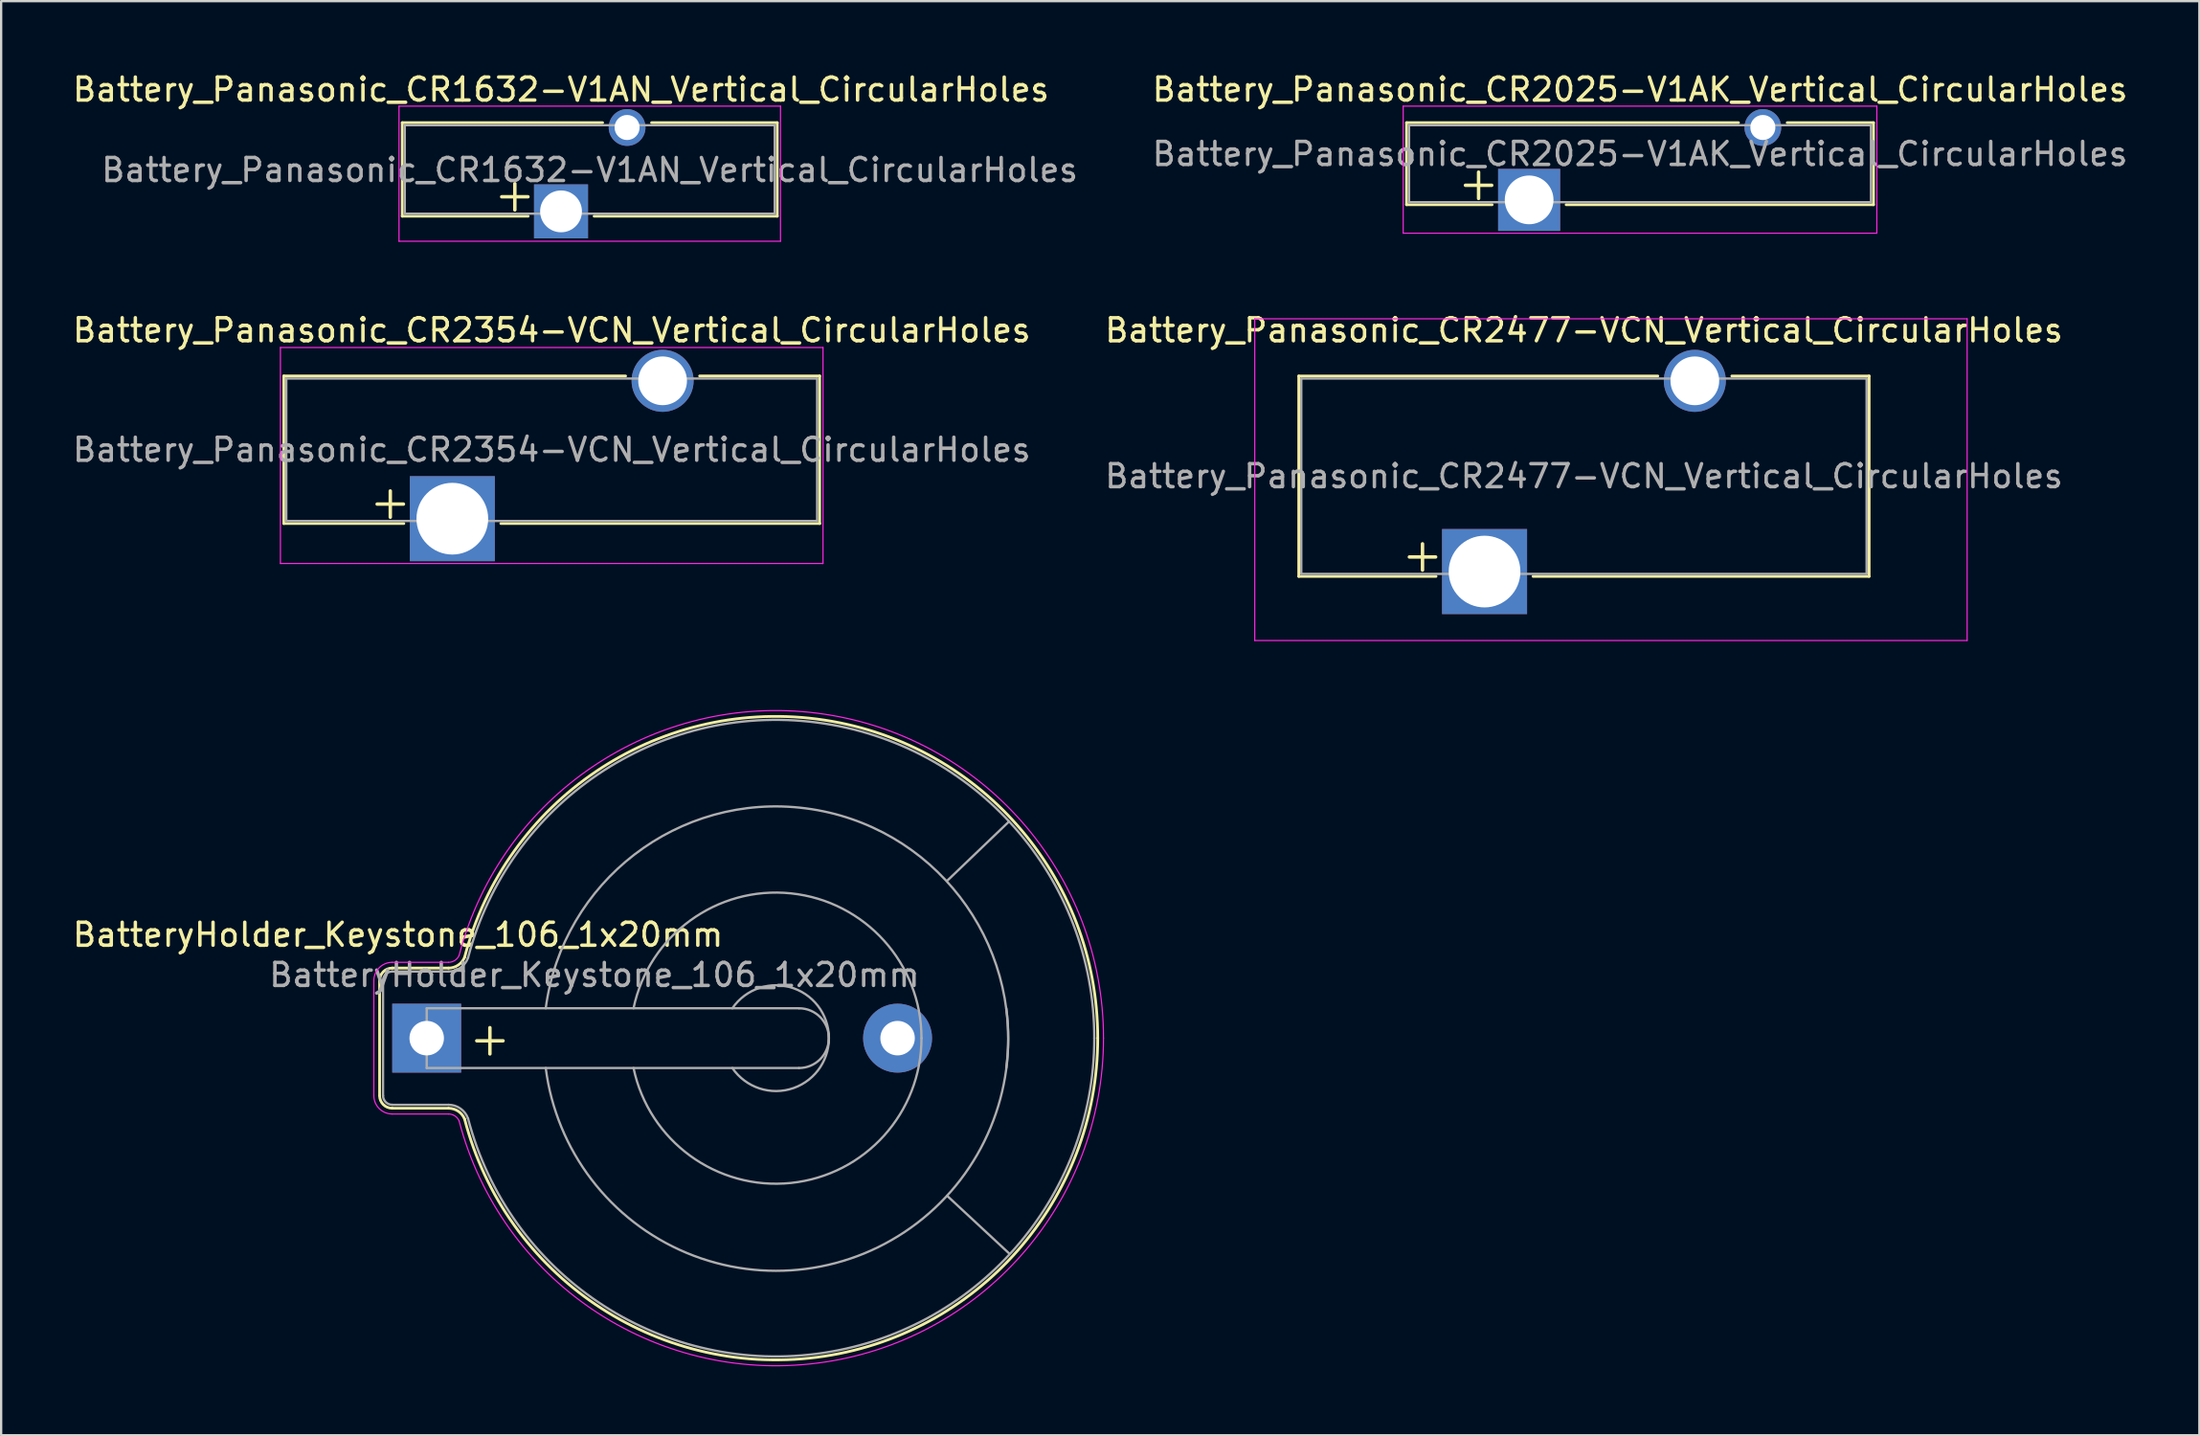
<source format=kicad_pcb>
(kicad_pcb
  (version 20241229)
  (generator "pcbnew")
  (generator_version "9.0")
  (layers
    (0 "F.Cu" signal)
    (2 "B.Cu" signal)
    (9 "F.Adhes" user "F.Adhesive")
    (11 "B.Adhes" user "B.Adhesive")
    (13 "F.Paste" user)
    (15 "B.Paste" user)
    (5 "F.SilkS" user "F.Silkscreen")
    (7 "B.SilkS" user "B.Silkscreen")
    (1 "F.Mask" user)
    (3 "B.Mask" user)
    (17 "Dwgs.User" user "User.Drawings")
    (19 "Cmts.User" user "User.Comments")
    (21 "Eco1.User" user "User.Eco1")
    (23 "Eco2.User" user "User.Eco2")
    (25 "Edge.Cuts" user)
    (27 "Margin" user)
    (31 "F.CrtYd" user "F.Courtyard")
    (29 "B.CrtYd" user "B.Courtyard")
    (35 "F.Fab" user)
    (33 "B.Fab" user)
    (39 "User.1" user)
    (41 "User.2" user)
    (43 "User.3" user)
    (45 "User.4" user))
  (footprint "Battery_Panasonic_CR2477-VCN_Vertical_CircularHoles"
    (layer "F.Cu")
    (at 61.55 21.822)
    (property "Reference" "Battery_Panasonic_CR2477-VCN_Vertical_CircularHoles" (at 4.325 -10.5 0) (layer "F.SilkS") (effects (font (size 1 1) (thickness 0.15))))
    (attr through_hole)
    (fp_line (start -8.085 -8.51) (end -8.085 0.21) (stroke (width 0.12) (type solid)) (layer "F.SilkS"))
    (fp_line (start -8.085 -8.51) (end 7.54 -8.51) (stroke (width 0.12) (type solid)) (layer "F.SilkS"))
    (fp_line (start -8.085 0.21) (end -2.11 0.21) (stroke (width 0.12) (type solid)) (layer "F.SilkS"))
    (fp_line (start 2.11 0.21) (end 16.735 0.21) (stroke (width 0.12) (type solid)) (layer "F.SilkS"))
    (fp_line (start 10.76 -8.51) (end 16.735 -8.51) (stroke (width 0.12) (type solid)) (layer "F.SilkS"))
    (fp_line (start 16.735 -8.51) (end 16.735 0.21) (stroke (width 0.12) (type solid)) (layer "F.SilkS"))
    (fp_line (start -10 -11) (end 21 -11) (stroke (width 0.05) (type solid)) (layer "F.CrtYd"))
    (fp_line (start -10 3) (end -10 -11) (stroke (width 0.05) (type solid)) (layer "F.CrtYd"))
    (fp_line (start 21 -11) (end 21 3) (stroke (width 0.05) (type solid)) (layer "F.CrtYd"))
    (fp_line (start 21 3) (end -10 3) (stroke (width 0.05) (type solid)) (layer "F.CrtYd"))
    (fp_line (start -7.975 -8.4) (end -7.975 0.1) (stroke (width 0.1) (type solid)) (layer "F.Fab"))
    (fp_line (start -7.975 -8.4) (end 16.625 -8.4) (stroke (width 0.1) (type solid)) (layer "F.Fab"))
    (fp_line (start -7.975 0.1) (end 16.625 0.1) (stroke (width 0.1) (type solid)) (layer "F.Fab"))
    (fp_line (start 16.625 -8.4) (end 16.625 0.1) (stroke (width 0.1) (type solid)) (layer "F.Fab"))
    (fp_text user "+" (at -2.7 -0.75 0) (layer "F.SilkS") (effects (font (size 1.5 1.5) (thickness 0.15))))
    (fp_text user "${REFERENCE}" (at 4.325 -4.15 180) (layer "F.Fab") (effects (font (size 1 1) (thickness 0.15))))
    (pad "1" thru_hole rect (at 0 0) (size 3.7 3.7) (drill 3.12) (layers "*.Cu" "*.Mask"))
    (pad "2" thru_hole circle (at 9.15 -8.3) (size 2.7 2.7) (drill 2.12) (layers "*.Cu" "*.Mask")))
  (footprint "Battery_Panasonic_CR1632-V1AN_Vertical_CircularHoles"
    (layer "F.Cu")
    (at 21.363 6.148)
    (property "Reference" "Battery_Panasonic_CR1632-V1AN_Vertical_CircularHoles" (at 0 -5.3 0) (layer "F.SilkS") (effects (font (size 1 1) (thickness 0.15))))
    (attr through_hole)
    (fp_line (start -6.91 -3.86) (end 1.81 -3.86) (stroke (width 0.12) (type solid)) (layer "F.SilkS"))
    (fp_line (start -6.91 0.21) (end -6.91 -3.86) (stroke (width 0.12) (type solid)) (layer "F.SilkS"))
    (fp_line (start -6.91 0.21) (end -1.43 0.21) (stroke (width 0.12) (type solid)) (layer "F.SilkS"))
    (fp_line (start 1.44 0.21) (end 9.41 0.21) (stroke (width 0.12) (type solid)) (layer "F.SilkS"))
    (fp_line (start 3.94 -3.86) (end 9.41 -3.86) (stroke (width 0.12) (type solid)) (layer "F.SilkS"))
    (fp_line (start 9.41 0.21) (end 9.41 -3.86) (stroke (width 0.12) (type solid)) (layer "F.SilkS"))
    (fp_line (start -7.05 -4.58) (end 9.55 -4.58) (stroke (width 0.05) (type solid)) (layer "F.CrtYd"))
    (fp_line (start -7.05 1.3) (end -7.05 -4.58) (stroke (width 0.05) (type solid)) (layer "F.CrtYd"))
    (fp_line (start -7.05 1.3) (end 9.55 1.3) (stroke (width 0.05) (type solid)) (layer "F.CrtYd"))
    (fp_line (start 9.55 1.3) (end 9.55 -4.58) (stroke (width 0.05) (type solid)) (layer "F.CrtYd"))
    (fp_line (start -6.8 -3.75) (end 9.3 -3.75) (stroke (width 0.1) (type solid)) (layer "F.Fab"))
    (fp_line (start -6.8 0.1) (end -6.8 -3.75) (stroke (width 0.1) (type solid)) (layer "F.Fab"))
    (fp_line (start -6.8 0.1) (end 9.3 0.1) (stroke (width 0.1) (type solid)) (layer "F.Fab"))
    (fp_line (start 9.3 0.1) (end 9.3 -3.75) (stroke (width 0.1) (type solid)) (layer "F.Fab"))
    (fp_text user "+" (at -2.01 -0.75 0) (layer "F.SilkS") (effects (font (size 1.5 1.5) (thickness 0.15))))
    (fp_text user "${REFERENCE}" (at 1.25 -1.8 180) (layer "F.Fab") (effects (font (size 1 1) (thickness 0.15))))
    (pad "1" thru_hole rect (at 0 0 90) (size 2.35 2.35) (drill 1.82) (layers "*.Cu" "*.Mask"))
    (pad "2" thru_hole circle (at 2.875 -3.65) (size 1.6 1.6) (drill 1.09) (layers "*.Cu" "*.Mask")))
  (footprint "BatteryHolder_Keystone_106_1x20mm"
    (layer "F.Cu")
    (at 15.518 42.126)
    (property "Reference" "BatteryHolder_Keystone_106_1x20mm" (at -1.25 -4.5 0) (layer "F.SilkS") (effects (font (size 1 1) (thickness 0.15))))
    (attr through_hole)
    (fp_line (start -2.05 -2.5) (end -2.05 2.5) (stroke (width 0.12) (type solid)) (layer "F.SilkS"))
    (fp_line (start -1.5 3.05) (end 0.95 3.05) (stroke (width 0.12) (type solid)) (layer "F.SilkS"))
    (fp_line (start 0.95 -3.05) (end -1.5 -3.05) (stroke (width 0.12) (type solid)) (layer "F.SilkS"))
    (fp_arc (start -2.05 -2.5) (mid -1.888909 -2.888909) (end -1.5 -3.05) (stroke (width 0.12) (type solid)) (layer "F.SilkS"))
    (fp_arc (start -1.5 3.05) (mid -1.888909 2.888909) (end -2.05 2.5) (stroke (width 0.12) (type solid)) (layer "F.SilkS"))
    (fp_arc (start 0.95 3.05) (mid 1.371574 3.1784) (end 1.65 3.52) (stroke (width 0.12) (type solid)) (layer "F.SilkS"))
    (fp_arc (start 1.65 -3.52) (mid 1.371575 -3.1784) (end 0.95 -3.05) (stroke (width 0.12) (type solid)) (layer "F.SilkS"))
    (fp_arc (start 1.65 -3.52) (mid 16.974433 -13.886953) (end 29.2 0) (stroke (width 0.12) (type solid)) (layer "F.SilkS"))
    (fp_arc (start 29.2 0) (mid 16.974433 13.886954) (end 1.65 3.52) (stroke (width 0.12) (type solid)) (layer "F.SilkS"))
    (fp_line (start -2.3 -2.5) (end -2.3 2.5) (stroke (width 0.05) (type solid)) (layer "F.CrtYd"))
    (fp_line (start -1.5 3.3) (end 0.95 3.3) (stroke (width 0.05) (type solid)) (layer "F.CrtYd"))
    (fp_line (start 0.95 -3.3) (end -1.5 -3.3) (stroke (width 0.05) (type solid)) (layer "F.CrtYd"))
    (fp_arc (start -2.3 -2.5) (mid -2.065685 -3.065685) (end -1.5 -3.3) (stroke (width 0.05) (type solid)) (layer "F.CrtYd"))
    (fp_arc (start -1.5 3.3) (mid -2.065685 3.065685) (end -2.3 2.5) (stroke (width 0.05) (type solid)) (layer "F.CrtYd"))
    (fp_arc (start 0.95 3.3) (mid 1.22459 3.381628) (end 1.41 3.6) (stroke (width 0.05) (type solid)) (layer "F.CrtYd"))
    (fp_arc (start 1.41 -3.6) (mid 1.224591 -3.381627) (end 0.95 -3.3) (stroke (width 0.05) (type solid)) (layer "F.CrtYd"))
    (fp_arc (start 1.41 -3.6) (mid 17.014123 -14.138563) (end 29.45 0) (stroke (width 0.05) (type solid)) (layer "F.CrtYd"))
    (fp_arc (start 29.45 0) (mid 17.014124 14.138563) (end 1.41 3.6) (stroke (width 0.05) (type solid)) (layer "F.CrtYd"))
    (fp_line (start -1.9 -2.5) (end -1.9 2.5) (stroke (width 0.1) (type solid)) (layer "F.Fab"))
    (fp_line (start -1.5 2.9) (end 0.95 2.9) (stroke (width 0.1) (type solid)) (layer "F.Fab"))
    (fp_line (start 0 -1.3) (end 0 1.3) (stroke (width 0.1) (type solid)) (layer "F.Fab"))
    (fp_line (start 0 1.3) (end 16.2 1.3) (stroke (width 0.1) (type solid)) (layer "F.Fab"))
    (fp_line (start 0.95 -2.9) (end -1.5 -2.9) (stroke (width 0.1) (type solid)) (layer "F.Fab"))
    (fp_line (start 16.2 -1.3) (end 0 -1.3) (stroke (width 0.1) (type solid)) (layer "F.Fab"))
    (fp_line (start 22.644 6.858) (end 25.35 9.373) (stroke (width 0.1) (type solid)) (layer "F.Fab"))
    (fp_line (start 22.657 -6.858) (end 25.342 -9.429) (stroke (width 0.1) (type solid)) (layer "F.Fab"))
    (fp_arc (start -1.9 -2.5) (mid -1.782843 -2.782843) (end -1.5 -2.9) (stroke (width 0.1) (type solid)) (layer "F.Fab"))
    (fp_arc (start -1.5 2.9) (mid -1.782843 2.782843) (end -1.9 2.5) (stroke (width 0.1) (type solid)) (layer "F.Fab"))
    (fp_arc (start 0.95 2.9) (mid 1.470216 3.06511) (end 1.8 3.5) (stroke (width 0.1) (type solid)) (layer "F.Fab"))
    (fp_arc (start 1.8 -3.5) (mid 1.470217 -3.06511) (end 0.95 -2.9) (stroke (width 0.1) (type solid)) (layer "F.Fab"))
    (fp_arc (start 1.8 -3.5) (mid 16.964356 -13.736686) (end 29.049508 0) (stroke (width 0.1) (type solid)) (layer "F.Fab"))
    (fp_arc (start 5.18 -1.3) (mid 16.5 -10.02) (end 25.22 1.3) (stroke (width 0.1) (type solid)) (layer "F.Fab"))
    (fp_arc (start 9 -1.3) (mid 15.851289 -6.300938) (end 21.53 0) (stroke (width 0.1) (type solid)) (layer "F.Fab"))
    (fp_arc (start 13.3 -1.3) (mid 15.963947 -2.171724) (end 17.495448 0.175833) (stroke (width 0.1) (type solid)) (layer "F.Fab"))
    (fp_arc (start 16.2 -1.3) (mid 17.5 0) (end 16.2 1.3) (stroke (width 0.1) (type solid)) (layer "F.Fab"))
    (fp_arc (start 17.495448 -0.175833) (mid 15.963947 2.171724) (end 13.3 1.3) (stroke (width 0.1) (type solid)) (layer "F.Fab"))
    (fp_arc (start 21.53 0) (mid 15.851292 6.300937) (end 9 1.3) (stroke (width 0.1) (type solid)) (layer "F.Fab"))
    (fp_arc (start 25.22 -1.3) (mid 16.5 10.02) (end 5.18 1.3) (stroke (width 0.1) (type solid)) (layer "F.Fab"))
    (fp_arc (start 29.049508 0) (mid 16.964356 13.736685) (end 1.8 3.5) (stroke (width 0.1) (type solid)) (layer "F.Fab"))
    (fp_text user "+" (at 2.75 0 0) (layer "F.SilkS") (effects (font (size 1.5 1.5) (thickness 0.15))))
    (fp_text user "${REFERENCE}" (at 7.3 -2.75 0) (layer "F.Fab") (effects (font (size 1 1) (thickness 0.15))))
    (pad "1" thru_hole rect (at 0 0) (size 3 3) (drill 1.5) (layers "*.Cu" "*.Mask"))
    (pad "2" thru_hole circle (at 20.49 0) (size 3 3) (drill 1.5) (layers "*.Cu" "*.Mask")))
  (footprint "Battery_Panasonic_CR2025-V1AK_Vertical_CircularHoles"
    (layer "F.Cu")
    (at 63.49 5.648)
    (property "Reference" "Battery_Panasonic_CR2025-V1AK_Vertical_CircularHoles" (at 4.825 -4.8 0) (layer "F.SilkS") (effects (font (size 1 1) (thickness 0.15))))
    (attr through_hole)
    (fp_line (start -5.335 -3.36) (end -5.335 0.21) (stroke (width 0.12) (type solid)) (layer "F.SilkS"))
    (fp_line (start -5.335 -3.36) (end 9.11 -3.36) (stroke (width 0.12) (type solid)) (layer "F.SilkS"))
    (fp_line (start -5.335 0.21) (end -1.61 0.21) (stroke (width 0.12) (type solid)) (layer "F.SilkS"))
    (fp_line (start 1.61 0.21) (end 14.985 0.21) (stroke (width 0.12) (type solid)) (layer "F.SilkS"))
    (fp_line (start 11.23 -3.36) (end 14.985 -3.36) (stroke (width 0.12) (type solid)) (layer "F.SilkS"))
    (fp_line (start 14.985 -3.36) (end 14.985 0.21) (stroke (width 0.12) (type solid)) (layer "F.SilkS"))
    (fp_line (start -5.48 -4.08) (end -5.48 1.45) (stroke (width 0.05) (type solid)) (layer "F.CrtYd"))
    (fp_line (start -5.48 -4.08) (end 15.13 -4.08) (stroke (width 0.05) (type solid)) (layer "F.CrtYd"))
    (fp_line (start -5.48 1.45) (end 15.13 1.45) (stroke (width 0.05) (type solid)) (layer "F.CrtYd"))
    (fp_line (start 15.13 -4.08) (end 15.13 1.45) (stroke (width 0.05) (type solid)) (layer "F.CrtYd"))
    (fp_line (start -5.225 -3.25) (end -5.225 0.1) (stroke (width 0.1) (type solid)) (layer "F.Fab"))
    (fp_line (start -5.225 -3.25) (end 14.875 -3.25) (stroke (width 0.1) (type solid)) (layer "F.Fab"))
    (fp_line (start -5.225 0.1) (end 14.875 0.1) (stroke (width 0.1) (type solid)) (layer "F.Fab"))
    (fp_line (start 14.875 -3.25) (end 14.875 0.1) (stroke (width 0.1) (type solid)) (layer "F.Fab"))
    (fp_text user "+" (at -2.2 -0.75 0) (layer "F.SilkS") (effects (font (size 1.5 1.5) (thickness 0.15))))
    (fp_text user "${REFERENCE}" (at 4.825 -2 180) (layer "F.Fab") (effects (font (size 1 1) (thickness 0.15))))
    (pad "1" thru_hole rect (at 0 0 90) (size 2.7 2.7) (drill 2.12) (layers "*.Cu" "*.Mask"))
    (pad "2" thru_hole circle (at 10.17 -3.15) (size 1.6 1.6) (drill 1.09) (layers "*.Cu" "*.Mask")))
  (footprint "Battery_Panasonic_CR2354-VCN_Vertical_CircularHoles"
    (layer "F.Cu")
    (at 16.633 19.521)
    (property "Reference" "Battery_Panasonic_CR2354-VCN_Vertical_CircularHoles" (at 4.325 -8.2 0) (layer "F.SilkS") (effects (font (size 1 1) (thickness 0.15))))
    (attr through_hole)
    (fp_line (start -7.335 -6.21) (end -7.335 0.21) (stroke (width 0.12) (type solid)) (layer "F.SilkS"))
    (fp_line (start -7.335 -6.21) (end 7.54 -6.21) (stroke (width 0.12) (type solid)) (layer "F.SilkS"))
    (fp_line (start -7.335 0.21) (end -2.11 0.21) (stroke (width 0.12) (type solid)) (layer "F.SilkS"))
    (fp_line (start 2.11 0.21) (end 15.992 0.21) (stroke (width 0.12) (type solid)) (layer "F.SilkS"))
    (fp_line (start 10.76 -6.21) (end 15.985 -6.21) (stroke (width 0.12) (type solid)) (layer "F.SilkS"))
    (fp_line (start 15.985 -6.21) (end 15.985 0.21) (stroke (width 0.12) (type solid)) (layer "F.SilkS"))
    (fp_line (start -7.48 -7.45) (end -7.48 1.95) (stroke (width 0.05) (type solid)) (layer "F.CrtYd"))
    (fp_line (start -7.48 -7.45) (end 16.13 -7.45) (stroke (width 0.05) (type solid)) (layer "F.CrtYd"))
    (fp_line (start -7.48 1.95) (end 16.13 1.95) (stroke (width 0.05) (type solid)) (layer "F.CrtYd"))
    (fp_line (start 16.13 -7.45) (end 16.13 1.95) (stroke (width 0.05) (type solid)) (layer "F.CrtYd"))
    (fp_line (start -7.225 -6.1) (end -7.225 0.1) (stroke (width 0.1) (type solid)) (layer "F.Fab"))
    (fp_line (start -7.225 -6.1) (end 15.875 -6.1) (stroke (width 0.1) (type solid)) (layer "F.Fab"))
    (fp_line (start -7.225 0.1) (end 15.875 0.1) (stroke (width 0.1) (type solid)) (layer "F.Fab"))
    (fp_line (start 15.875 -6.1) (end 15.875 0.1) (stroke (width 0.1) (type solid)) (layer "F.Fab"))
    (fp_text user "+" (at -2.7 -0.75 0) (layer "F.SilkS") (effects (font (size 1.5 1.5) (thickness 0.15))))
    (fp_text user "${REFERENCE}" (at 4.325 -3 180) (layer "F.Fab") (effects (font (size 1 1) (thickness 0.15))))
    (pad "1" thru_hole rect (at 0 0) (size 3.7 3.7) (drill 3.12) (layers "*.Cu" "*.Mask"))
    (pad "2" thru_hole circle (at 9.15 -6) (size 2.7 2.7) (drill 2.12) (layers "*.Cu" "*.Mask")))
  (gr_rect
    (start -3 -3)
    (end 92.655 59.406)
    (stroke (width 0.1) (type default))
    (fill no)
    (layer "Edge.Cuts")))
</source>
